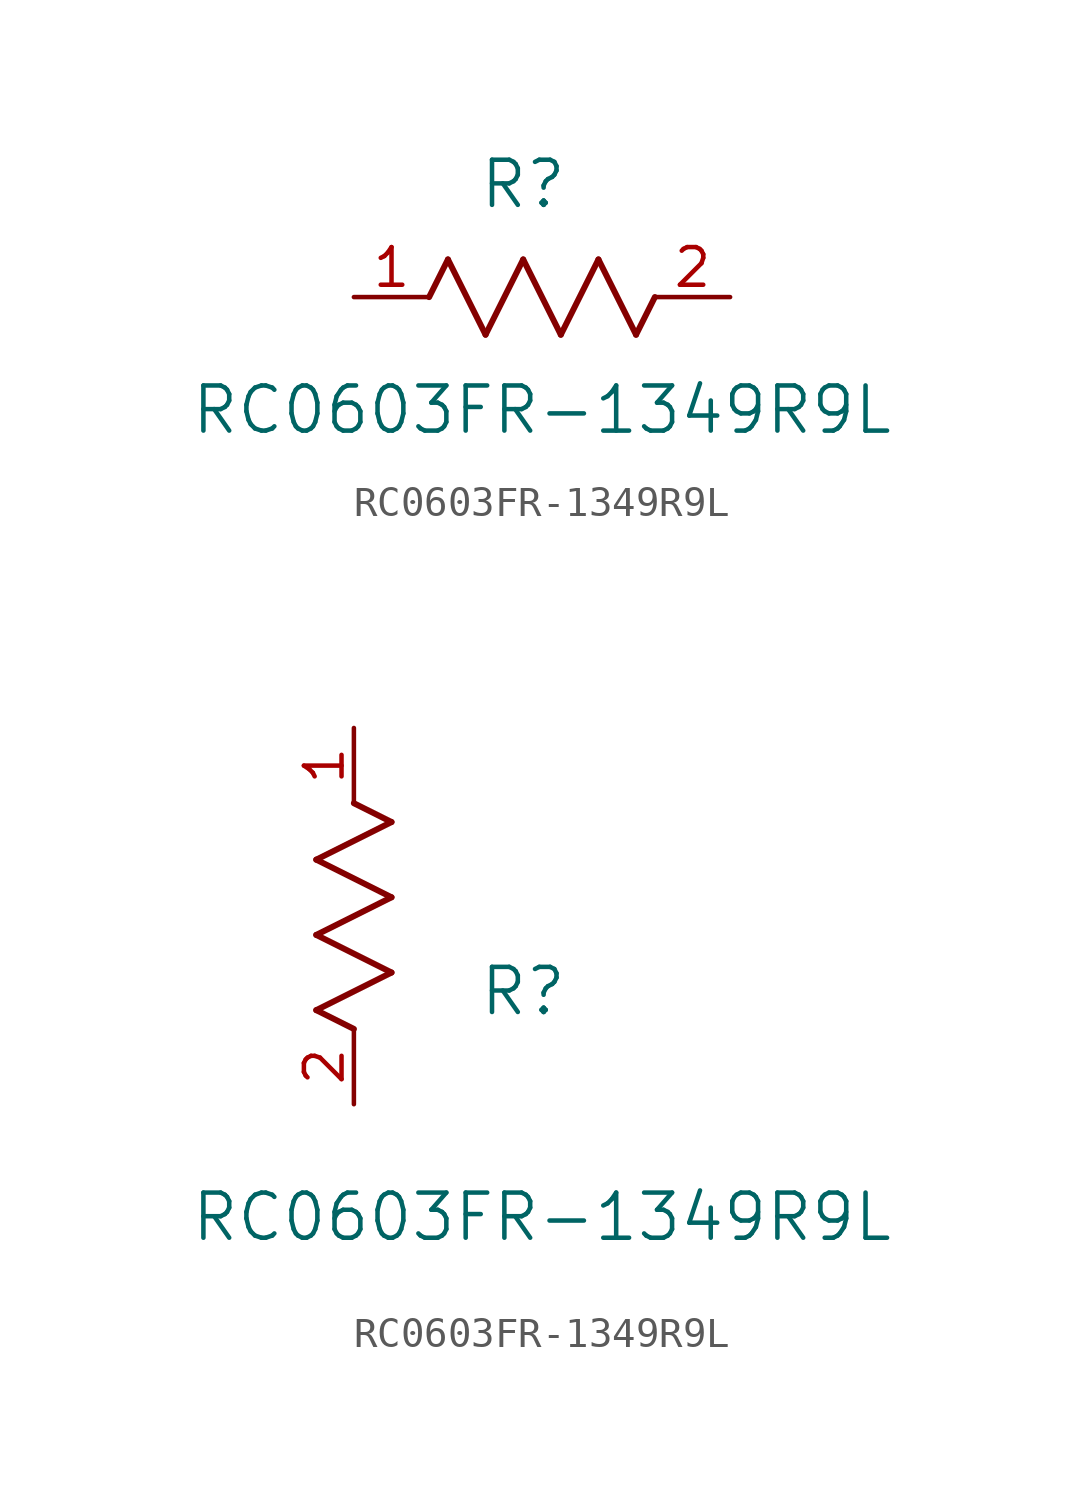
<source format=kicad_sym>
(kicad_symbol_lib
  (version 20211014)
  (generator kicad_symbol_editor)
  (symbol "RC0603FR-1349R9L"
    (pin_names
      (offset 0.254))
    (property "Reference" "R"
      (at 5.715 3.81 0)
      (effects (font (size 1.524 1.524))))
    (property "Value" "RC0603FR-1349R9L"
      (at 6.35 -3.81 0)
      (effects (font (size 1.524 1.524))))
    (symbol "RC0603FR-1349R9L_1_1"
      (polyline (pts (xy 3.175 1.27) (xy 4.445 -1.27)) (stroke (width 0.203) (type default) (color 0 0 0 0)) (fill (type none)))
      (polyline (pts (xy 4.445 -1.27) (xy 5.715 1.27)) (stroke (width 0.203) (type default) (color 0 0 0 0)) (fill (type none)))
      (polyline (pts (xy 5.715 1.27) (xy 6.985 -1.27)) (stroke (width 0.203) (type default) (color 0 0 0 0)) (fill (type none)))
      (polyline (pts (xy 6.985 -1.27) (xy 8.255 1.27)) (stroke (width 0.203) (type default) (color 0 0 0 0)) (fill (type none)))
      (polyline (pts (xy 8.255 1.27) (xy 9.525 -1.27)) (stroke (width 0.203) (type default) (color 0 0 0 0)) (fill (type none)))
      (polyline (pts (xy 2.54 0) (xy 3.175 1.27)) (stroke (width 0.203) (type default) (color 0 0 0 0)) (fill (type none)))
      (polyline (pts (xy 9.525 -1.27) (xy 10.16 0)) (stroke (width 0.203) (type default) (color 0 0 0 0)) (fill (type none)))
      (pin unspecified line (at 0 0 0) (length 2.54) (name "" (effects (font (size 1.27 1.27)))) (number "1" (effects (font (size 1.27 1.27)))))
      (pin unspecified line (at 12.7 0 180) (length 2.54) (name "" (effects (font (size 1.27 1.27)))) (number "2" (effects (font (size 1.27 1.27))))))
    (symbol "RC0603FR-1349R9L_1_2"
      (polyline (pts (xy 0 2.54) (xy -1.27 3.175)) (stroke (width 0.203) (type default) (color 0 0 0 0)) (fill (type none)))
      (polyline (pts (xy -1.27 3.175) (xy 1.27 4.445)) (stroke (width 0.203) (type default) (color 0 0 0 0)) (fill (type none)))
      (polyline (pts (xy 1.27 4.445) (xy -1.27 5.715)) (stroke (width 0.203) (type default) (color 0 0 0 0)) (fill (type none)))
      (polyline (pts (xy -1.27 5.715) (xy 1.27 6.985)) (stroke (width 0.203) (type default) (color 0 0 0 0)) (fill (type none)))
      (polyline (pts (xy -1.27 8.255) (xy 1.27 9.525)) (stroke (width 0.203) (type default) (color 0 0 0 0)) (fill (type none)))
      (polyline (pts (xy 1.27 9.525) (xy 0 10.16)) (stroke (width 0.203) (type default) (color 0 0 0 0)) (fill (type none)))
      (polyline (pts (xy 1.27 6.985) (xy -1.27 8.255)) (stroke (width 0.203) (type default) (color 0 0 0 0)) (fill (type none)))
      (pin unspecified line (at 0 12.7 270) (length 2.54) (name "" (effects (font (size 1.27 1.27)))) (number "1" (effects (font (size 1.27 1.27)))))
      (pin unspecified line (at 0 0 90) (length 2.54) (name "" (effects (font (size 1.27 1.27)))) (number "2" (effects (font (size 1.27 1.27))))))))
</source>
